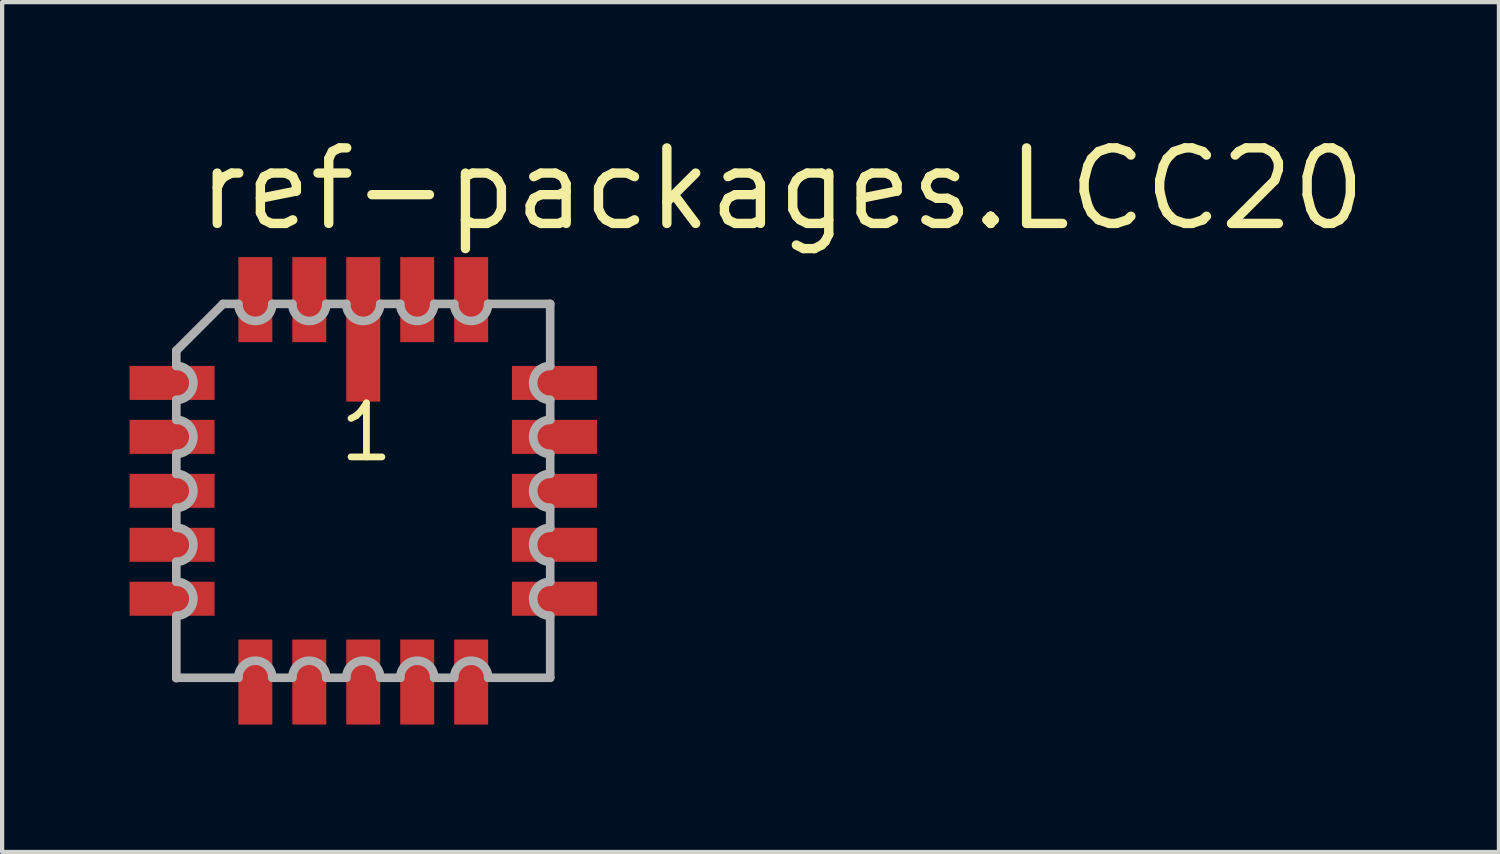
<source format=kicad_pcb>
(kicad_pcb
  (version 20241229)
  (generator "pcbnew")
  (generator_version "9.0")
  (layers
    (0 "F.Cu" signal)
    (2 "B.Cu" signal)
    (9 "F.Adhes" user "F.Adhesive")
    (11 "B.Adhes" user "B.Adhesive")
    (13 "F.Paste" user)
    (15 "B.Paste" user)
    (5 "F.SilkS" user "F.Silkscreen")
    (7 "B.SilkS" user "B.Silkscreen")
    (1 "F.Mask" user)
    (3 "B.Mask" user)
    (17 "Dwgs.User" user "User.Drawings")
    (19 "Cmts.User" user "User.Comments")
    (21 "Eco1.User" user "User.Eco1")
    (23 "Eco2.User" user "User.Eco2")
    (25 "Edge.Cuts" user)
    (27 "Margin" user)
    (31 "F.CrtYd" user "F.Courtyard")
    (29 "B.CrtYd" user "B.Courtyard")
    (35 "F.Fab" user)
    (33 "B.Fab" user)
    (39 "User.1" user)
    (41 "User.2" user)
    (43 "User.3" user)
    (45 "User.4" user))
  (footprint "ref-packages.LCC20"
    (layer "F.Cu")
    (at 5.5 8.503)
    (property "Reference" "ref-packages.LCC20" (at -4.005 -6.065 0) (layer "F.SilkS") (effects (font (size 1.778 1.778) (thickness 0.22)) (justify left bottom)))
    (attr smd)
    (fp_line (start -4.4 -3.3) (end -4.4 -2.94) (stroke (width 0.203) (type default)) (layer "F.Fab"))
    (fp_line (start -4.4 -2.14) (end -4.4 -1.67) (stroke (width 0.203) (type default)) (layer "F.Fab"))
    (fp_line (start -4.4 -0.87) (end -4.4 -0.4) (stroke (width 0.203) (type default)) (layer "F.Fab"))
    (fp_line (start -4.4 0.4) (end -4.4 0.87) (stroke (width 0.203) (type default)) (layer "F.Fab"))
    (fp_line (start -4.4 1.67) (end -4.4 2.14) (stroke (width 0.203) (type default)) (layer "F.Fab"))
    (fp_line (start -4.4 2.94) (end -4.4 4.4) (stroke (width 0.203) (type default)) (layer "F.Fab"))
    (fp_line (start -4.4 4.4) (end -4.4 4.41) (stroke (width 0.203) (type default)) (layer "F.Fab"))
    (fp_line (start -4.4 4.4) (end -2.94 4.4) (stroke (width 0.203) (type default)) (layer "F.Fab"))
    (fp_line (start -3.3 -4.4) (end -4.4 -3.3) (stroke (width 0.203) (type default)) (layer "F.Fab"))
    (fp_line (start -2.94 -4.4) (end -3.3 -4.4) (stroke (width 0.203) (type default)) (layer "F.Fab"))
    (fp_line (start -2.14 4.4) (end -1.67 4.4) (stroke (width 0.203) (type default)) (layer "F.Fab"))
    (fp_line (start -1.67 -4.4) (end -2.14 -4.4) (stroke (width 0.203) (type default)) (layer "F.Fab"))
    (fp_line (start -0.87 4.4) (end -0.4 4.4) (stroke (width 0.203) (type default)) (layer "F.Fab"))
    (fp_line (start -0.4 -4.4) (end -0.87 -4.4) (stroke (width 0.203) (type default)) (layer "F.Fab"))
    (fp_line (start 0.4 4.4) (end 0.87 4.4) (stroke (width 0.203) (type default)) (layer "F.Fab"))
    (fp_line (start 0.87 -4.4) (end 0.4 -4.4) (stroke (width 0.203) (type default)) (layer "F.Fab"))
    (fp_line (start 1.67 4.4) (end 2.14 4.4) (stroke (width 0.203) (type default)) (layer "F.Fab"))
    (fp_line (start 2.14 -4.4) (end 1.67 -4.4) (stroke (width 0.203) (type default)) (layer "F.Fab"))
    (fp_line (start 2.94 4.4) (end 4.4 4.4) (stroke (width 0.203) (type default)) (layer "F.Fab"))
    (fp_line (start 4.4 -4.4) (end 2.94 -4.4) (stroke (width 0.203) (type default)) (layer "F.Fab"))
    (fp_line (start 4.4 -2.94) (end 4.4 -4.4) (stroke (width 0.203) (type default)) (layer "F.Fab"))
    (fp_line (start 4.4 -1.67) (end 4.4 -2.14) (stroke (width 0.203) (type default)) (layer "F.Fab"))
    (fp_line (start 4.4 -0.4) (end 4.4 -0.87) (stroke (width 0.203) (type default)) (layer "F.Fab"))
    (fp_line (start 4.4 0.87) (end 4.4 0.4) (stroke (width 0.203) (type default)) (layer "F.Fab"))
    (fp_line (start 4.4 2.14) (end 4.4 1.67) (stroke (width 0.203) (type default)) (layer "F.Fab"))
    (fp_line (start 4.4 4.4) (end 4.4 2.94) (stroke (width 0.203) (type default)) (layer "F.Fab"))
    (fp_arc (start -4.3984 -2.94) (mid -3.9984 -2.54) (end -4.3984 -2.14) (stroke (width 0.2032) (type default)) (layer "F.Fab"))
    (fp_arc (start -4.3984 -1.67) (mid -3.9984 -1.27) (end -4.3984 -0.87) (stroke (width 0.2032) (type default)) (layer "F.Fab"))
    (fp_arc (start -4.3984 -0.4) (mid -3.9984 0) (end -4.3984 0.4) (stroke (width 0.2032) (type default)) (layer "F.Fab"))
    (fp_arc (start -4.3984 0.87) (mid -3.9984 1.27) (end -4.3984 1.67) (stroke (width 0.2032) (type default)) (layer "F.Fab"))
    (fp_arc (start -4.3984 2.14) (mid -3.9984 2.54) (end -4.3984 2.94) (stroke (width 0.2032) (type default)) (layer "F.Fab"))
    (fp_arc (start -2.94 4.3984) (mid -2.54 3.9984) (end -2.14 4.3984) (stroke (width 0.2032) (type default)) (layer "F.Fab"))
    (fp_arc (start -2.14 -4.3984) (mid -2.54 -3.9984) (end -2.94 -4.3984) (stroke (width 0.2032) (type default)) (layer "F.Fab"))
    (fp_arc (start -1.67 4.3984) (mid -1.27 3.9984) (end -0.87 4.3984) (stroke (width 0.2032) (type default)) (layer "F.Fab"))
    (fp_arc (start -0.87 -4.3984) (mid -1.27 -3.9984) (end -1.67 -4.3984) (stroke (width 0.2032) (type default)) (layer "F.Fab"))
    (fp_arc (start -0.4 4.3984) (mid 0 3.9984) (end 0.4 4.3984) (stroke (width 0.2032) (type default)) (layer "F.Fab"))
    (fp_arc (start 0.4 -4.3984) (mid 0 -3.9984) (end -0.4 -4.3984) (stroke (width 0.2032) (type default)) (layer "F.Fab"))
    (fp_arc (start 0.87 4.3984) (mid 1.27 3.9984) (end 1.67 4.3984) (stroke (width 0.2032) (type default)) (layer "F.Fab"))
    (fp_arc (start 1.67 -4.3984) (mid 1.27 -3.9984) (end 0.87 -4.3984) (stroke (width 0.2032) (type default)) (layer "F.Fab"))
    (fp_arc (start 2.14 4.3984) (mid 2.54 3.9984) (end 2.94 4.3984) (stroke (width 0.2032) (type default)) (layer "F.Fab"))
    (fp_arc (start 2.94 -4.3984) (mid 2.54 -3.9984) (end 2.14 -4.3984) (stroke (width 0.2032) (type default)) (layer "F.Fab"))
    (fp_arc (start 4.3984 -2.14) (mid 3.9984 -2.54) (end 4.3984 -2.94) (stroke (width 0.2032) (type default)) (layer "F.Fab"))
    (fp_arc (start 4.3984 -0.87) (mid 3.9984 -1.27) (end 4.3984 -1.67) (stroke (width 0.2032) (type default)) (layer "F.Fab"))
    (fp_arc (start 4.3984 0.4) (mid 3.9984 0) (end 4.3984 -0.4) (stroke (width 0.2032) (type default)) (layer "F.Fab"))
    (fp_arc (start 4.3984 1.67) (mid 3.9984 1.27) (end 4.3984 0.87) (stroke (width 0.2032) (type default)) (layer "F.Fab"))
    (fp_arc (start 4.3984 2.94) (mid 3.9984 2.54) (end 4.3984 2.14) (stroke (width 0.2032) (type default)) (layer "F.Fab"))
    (fp_text user "1" (at -0.635 -0.635 0) (layer "F.SilkS") (effects (font (size 1.27 1.27) (thickness 0.16)) (justify left bottom)))
    (pad "1" smd roundrect (at 0 -3.8) (size 0.8 3.4) (layers "F.Cu" "F.Mask" "F.Paste") (roundrect_rratio 0.01))
    (pad "2" smd roundrect (at -1.27 -4.5) (size 0.8 2) (layers "F.Cu" "F.Mask" "F.Paste") (roundrect_rratio 0.01))
    (pad "3" smd roundrect (at -2.54 -4.5) (size 0.8 2) (layers "F.Cu" "F.Mask" "F.Paste") (roundrect_rratio 0.01))
    (pad "4" smd roundrect (at -4.5 -2.54) (size 2 0.8) (layers "F.Cu" "F.Mask" "F.Paste") (roundrect_rratio 0.01))
    (pad "5" smd roundrect (at -4.5 -1.27) (size 2 0.8) (layers "F.Cu" "F.Mask" "F.Paste") (roundrect_rratio 0.01))
    (pad "6" smd roundrect (at -4.5 0) (size 2 0.8) (layers "F.Cu" "F.Mask" "F.Paste") (roundrect_rratio 0.01))
    (pad "7" smd roundrect (at -4.5 1.27) (size 2 0.8) (layers "F.Cu" "F.Mask" "F.Paste") (roundrect_rratio 0.01))
    (pad "8" smd roundrect (at -4.5 2.54) (size 2 0.8) (layers "F.Cu" "F.Mask" "F.Paste") (roundrect_rratio 0.01))
    (pad "9" smd roundrect (at -2.54 4.5) (size 0.8 2) (layers "F.Cu" "F.Mask" "F.Paste") (roundrect_rratio 0.01))
    (pad "10" smd roundrect (at -1.27 4.5) (size 0.8 2) (layers "F.Cu" "F.Mask" "F.Paste") (roundrect_rratio 0.01))
    (pad "11" smd roundrect (at 0 4.5) (size 0.8 2) (layers "F.Cu" "F.Mask" "F.Paste") (roundrect_rratio 0.01))
    (pad "12" smd roundrect (at 1.27 4.5) (size 0.8 2) (layers "F.Cu" "F.Mask" "F.Paste") (roundrect_rratio 0.01))
    (pad "13" smd roundrect (at 2.54 4.5) (size 0.8 2) (layers "F.Cu" "F.Mask" "F.Paste") (roundrect_rratio 0.01))
    (pad "14" smd roundrect (at 4.5 2.54) (size 2 0.8) (layers "F.Cu" "F.Mask" "F.Paste") (roundrect_rratio 0.01))
    (pad "15" smd roundrect (at 4.5 1.27) (size 2 0.8) (layers "F.Cu" "F.Mask" "F.Paste") (roundrect_rratio 0.01))
    (pad "16" smd roundrect (at 4.5 0) (size 2 0.8) (layers "F.Cu" "F.Mask" "F.Paste") (roundrect_rratio 0.01))
    (pad "17" smd roundrect (at 4.5 -1.27) (size 2 0.8) (layers "F.Cu" "F.Mask" "F.Paste") (roundrect_rratio 0.01))
    (pad "18" smd roundrect (at 4.5 -2.54) (size 2 0.8) (layers "F.Cu" "F.Mask" "F.Paste") (roundrect_rratio 0.01))
    (pad "19" smd roundrect (at 2.54 -4.5) (size 0.8 2) (layers "F.Cu" "F.Mask" "F.Paste") (roundrect_rratio 0.01))
    (pad "20" smd roundrect (at 1.27 -4.5) (size 0.8 2) (layers "F.Cu" "F.Mask" "F.Paste") (roundrect_rratio 0.01)))
  (gr_rect
    (start -3 -3)
    (end 32.231 17.003)
    (stroke (width 0.1) (type default))
    (fill no)
    (layer "Edge.Cuts")))
</source>
